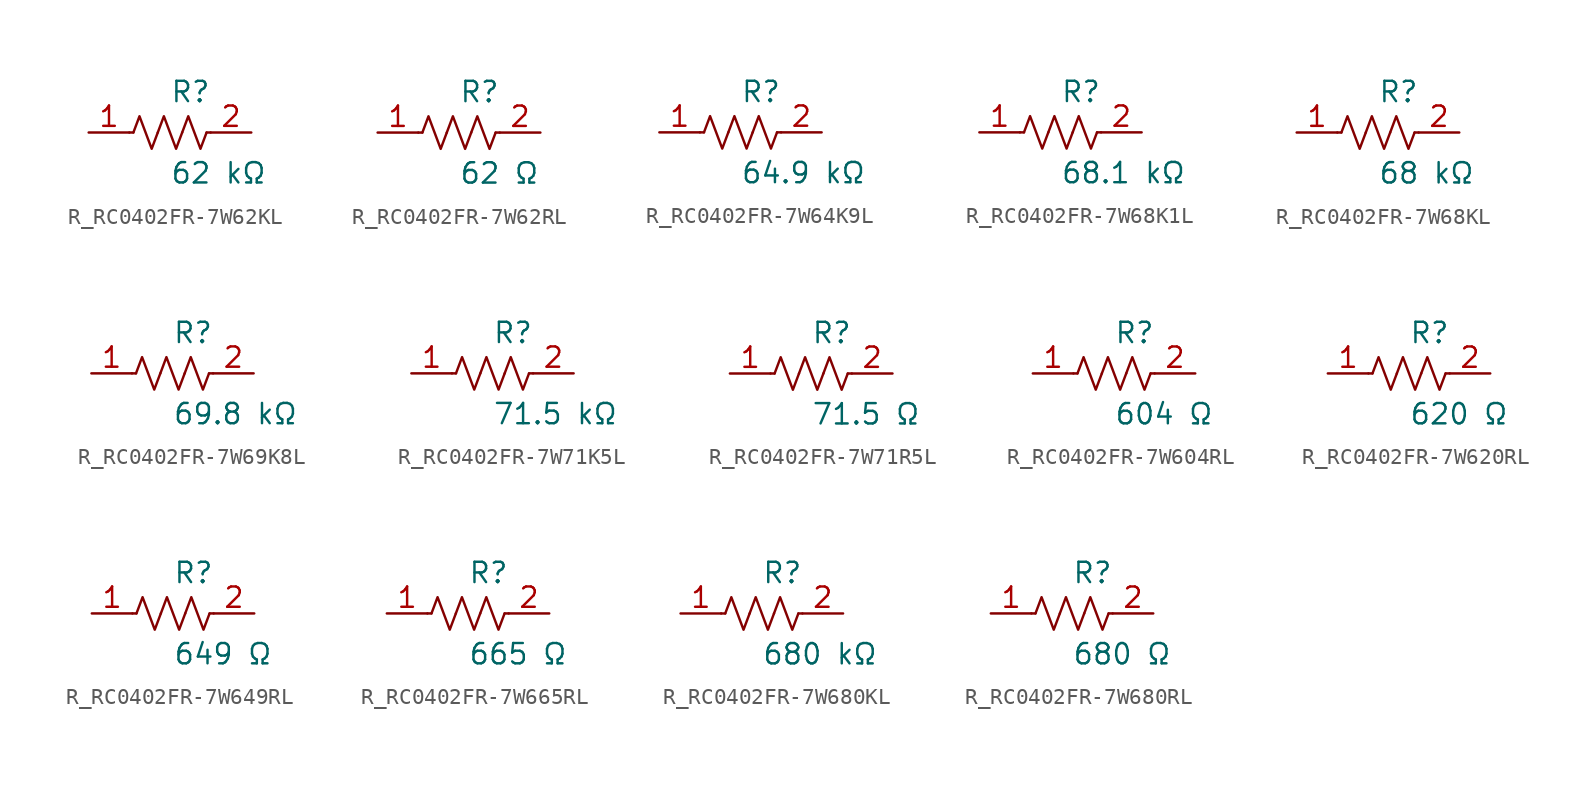
<source format=kicad_sym>
(kicad_symbol_lib
  (version 20231120)
  (generator kicad_symbol_editor)
  (generator_version 8.0)
  (symbol "R_RC0402FR-7W62KL"
    (pin_names
      (offset 0.254))
    (property "Reference" "R"
      (at 0 2.54 0)
      (effects (font (size 1.27 1.27)) (justify left)))
    (property "Value" "62 kΩ"
      (at 0 -2.54 0)
      (effects (font (size 1.27 1.27)) (justify left)))
    (symbol "R_RC0402FR-7W62KL_0_1"
      (polyline (pts (xy 2.286 0) (xy 2.54 0)) (stroke (width 0) (type default)) (fill (type none)))
      (polyline (pts (xy -2.286 0) (xy -2.54 0)) (stroke (width 0) (type default)) (fill (type none)))
      (polyline (pts (xy 0.762 0) (xy 1.143 1.016) (xy 1.524 0) (xy 1.905 -1.016) (xy 2.286 0)) (stroke (width 0) (type default)) (fill (type none)))
      (polyline (pts (xy -0.762 0) (xy -0.381 1.016) (xy 0 0) (xy 0.381 -1.016) (xy 0.762 0)) (stroke (width 0) (type default)) (fill (type none)))
      (polyline (pts (xy -2.286 0) (xy -1.905 1.016) (xy -1.524 0) (xy -1.143 -1.016) (xy -0.762 0)) (stroke (width 0) (type default)) (fill (type none))))
    (pin passive line
      (at -5.08 0 0)
      (length 2.54)
      (name "" (effects (font (size 1.27 1.27))))
      (number "1" (effects (font (size 1.27 1.27)))))
    (pin passive line
      (at 5.08 0 180)
      (length 2.54)
      (name "" (effects (font (size 1.27 1.27))))
      (number "2" (effects (font (size 1.27 1.27))))))
  (symbol "R_RC0402FR-7W62RL"
    (pin_names
      (offset 0.254))
    (property "Reference" "R"
      (at 0 2.54 0)
      (effects (font (size 1.27 1.27)) (justify left)))
    (property "Value" "62 Ω"
      (at 0 -2.54 0)
      (effects (font (size 1.27 1.27)) (justify left)))
    (symbol "R_RC0402FR-7W62RL_0_1"
      (polyline (pts (xy 2.286 0) (xy 2.54 0)) (stroke (width 0) (type default)) (fill (type none)))
      (polyline (pts (xy -2.286 0) (xy -2.54 0)) (stroke (width 0) (type default)) (fill (type none)))
      (polyline (pts (xy 0.762 0) (xy 1.143 1.016) (xy 1.524 0) (xy 1.905 -1.016) (xy 2.286 0)) (stroke (width 0) (type default)) (fill (type none)))
      (polyline (pts (xy -0.762 0) (xy -0.381 1.016) (xy 0 0) (xy 0.381 -1.016) (xy 0.762 0)) (stroke (width 0) (type default)) (fill (type none)))
      (polyline (pts (xy -2.286 0) (xy -1.905 1.016) (xy -1.524 0) (xy -1.143 -1.016) (xy -0.762 0)) (stroke (width 0) (type default)) (fill (type none))))
    (pin passive line
      (at -5.08 0 0)
      (length 2.54)
      (name "" (effects (font (size 1.27 1.27))))
      (number "1" (effects (font (size 1.27 1.27)))))
    (pin passive line
      (at 5.08 0 180)
      (length 2.54)
      (name "" (effects (font (size 1.27 1.27))))
      (number "2" (effects (font (size 1.27 1.27))))))
  (symbol "R_RC0402FR-7W64K9L"
    (pin_names
      (offset 0.254))
    (property "Reference" "R"
      (at 0 2.54 0)
      (effects (font (size 1.27 1.27)) (justify left)))
    (property "Value" "64.9 kΩ"
      (at 0 -2.54 0)
      (effects (font (size 1.27 1.27)) (justify left)))
    (symbol "R_RC0402FR-7W64K9L_0_1"
      (polyline (pts (xy 2.286 0) (xy 2.54 0)) (stroke (width 0) (type default)) (fill (type none)))
      (polyline (pts (xy -2.286 0) (xy -2.54 0)) (stroke (width 0) (type default)) (fill (type none)))
      (polyline (pts (xy 0.762 0) (xy 1.143 1.016) (xy 1.524 0) (xy 1.905 -1.016) (xy 2.286 0)) (stroke (width 0) (type default)) (fill (type none)))
      (polyline (pts (xy -0.762 0) (xy -0.381 1.016) (xy 0 0) (xy 0.381 -1.016) (xy 0.762 0)) (stroke (width 0) (type default)) (fill (type none)))
      (polyline (pts (xy -2.286 0) (xy -1.905 1.016) (xy -1.524 0) (xy -1.143 -1.016) (xy -0.762 0)) (stroke (width 0) (type default)) (fill (type none))))
    (pin passive line
      (at -5.08 0 0)
      (length 2.54)
      (name "" (effects (font (size 1.27 1.27))))
      (number "1" (effects (font (size 1.27 1.27)))))
    (pin passive line
      (at 5.08 0 180)
      (length 2.54)
      (name "" (effects (font (size 1.27 1.27))))
      (number "2" (effects (font (size 1.27 1.27))))))
  (symbol "R_RC0402FR-7W68K1L"
    (pin_names
      (offset 0.254))
    (property "Reference" "R"
      (at 0 2.54 0)
      (effects (font (size 1.27 1.27)) (justify left)))
    (property "Value" "68.1 kΩ"
      (at 0 -2.54 0)
      (effects (font (size 1.27 1.27)) (justify left)))
    (symbol "R_RC0402FR-7W68K1L_0_1"
      (polyline (pts (xy 2.286 0) (xy 2.54 0)) (stroke (width 0) (type default)) (fill (type none)))
      (polyline (pts (xy -2.286 0) (xy -2.54 0)) (stroke (width 0) (type default)) (fill (type none)))
      (polyline (pts (xy 0.762 0) (xy 1.143 1.016) (xy 1.524 0) (xy 1.905 -1.016) (xy 2.286 0)) (stroke (width 0) (type default)) (fill (type none)))
      (polyline (pts (xy -0.762 0) (xy -0.381 1.016) (xy 0 0) (xy 0.381 -1.016) (xy 0.762 0)) (stroke (width 0) (type default)) (fill (type none)))
      (polyline (pts (xy -2.286 0) (xy -1.905 1.016) (xy -1.524 0) (xy -1.143 -1.016) (xy -0.762 0)) (stroke (width 0) (type default)) (fill (type none))))
    (pin passive line
      (at -5.08 0 0)
      (length 2.54)
      (name "" (effects (font (size 1.27 1.27))))
      (number "1" (effects (font (size 1.27 1.27)))))
    (pin passive line
      (at 5.08 0 180)
      (length 2.54)
      (name "" (effects (font (size 1.27 1.27))))
      (number "2" (effects (font (size 1.27 1.27))))))
  (symbol "R_RC0402FR-7W68KL"
    (pin_names
      (offset 0.254))
    (property "Reference" "R"
      (at 0 2.54 0)
      (effects (font (size 1.27 1.27)) (justify left)))
    (property "Value" "68 kΩ"
      (at 0 -2.54 0)
      (effects (font (size 1.27 1.27)) (justify left)))
    (symbol "R_RC0402FR-7W68KL_0_1"
      (polyline (pts (xy 2.286 0) (xy 2.54 0)) (stroke (width 0) (type default)) (fill (type none)))
      (polyline (pts (xy -2.286 0) (xy -2.54 0)) (stroke (width 0) (type default)) (fill (type none)))
      (polyline (pts (xy 0.762 0) (xy 1.143 1.016) (xy 1.524 0) (xy 1.905 -1.016) (xy 2.286 0)) (stroke (width 0) (type default)) (fill (type none)))
      (polyline (pts (xy -0.762 0) (xy -0.381 1.016) (xy 0 0) (xy 0.381 -1.016) (xy 0.762 0)) (stroke (width 0) (type default)) (fill (type none)))
      (polyline (pts (xy -2.286 0) (xy -1.905 1.016) (xy -1.524 0) (xy -1.143 -1.016) (xy -0.762 0)) (stroke (width 0) (type default)) (fill (type none))))
    (pin passive line
      (at -5.08 0 0)
      (length 2.54)
      (name "" (effects (font (size 1.27 1.27))))
      (number "1" (effects (font (size 1.27 1.27)))))
    (pin passive line
      (at 5.08 0 180)
      (length 2.54)
      (name "" (effects (font (size 1.27 1.27))))
      (number "2" (effects (font (size 1.27 1.27))))))
  (symbol "R_RC0402FR-7W69K8L"
    (pin_names
      (offset 0.254))
    (property "Reference" "R"
      (at 0 2.54 0)
      (effects (font (size 1.27 1.27)) (justify left)))
    (property "Value" "69.8 kΩ"
      (at 0 -2.54 0)
      (effects (font (size 1.27 1.27)) (justify left)))
    (symbol "R_RC0402FR-7W69K8L_0_1"
      (polyline (pts (xy 2.286 0) (xy 2.54 0)) (stroke (width 0) (type default)) (fill (type none)))
      (polyline (pts (xy -2.286 0) (xy -2.54 0)) (stroke (width 0) (type default)) (fill (type none)))
      (polyline (pts (xy 0.762 0) (xy 1.143 1.016) (xy 1.524 0) (xy 1.905 -1.016) (xy 2.286 0)) (stroke (width 0) (type default)) (fill (type none)))
      (polyline (pts (xy -0.762 0) (xy -0.381 1.016) (xy 0 0) (xy 0.381 -1.016) (xy 0.762 0)) (stroke (width 0) (type default)) (fill (type none)))
      (polyline (pts (xy -2.286 0) (xy -1.905 1.016) (xy -1.524 0) (xy -1.143 -1.016) (xy -0.762 0)) (stroke (width 0) (type default)) (fill (type none))))
    (pin passive line
      (at -5.08 0 0)
      (length 2.54)
      (name "" (effects (font (size 1.27 1.27))))
      (number "1" (effects (font (size 1.27 1.27)))))
    (pin passive line
      (at 5.08 0 180)
      (length 2.54)
      (name "" (effects (font (size 1.27 1.27))))
      (number "2" (effects (font (size 1.27 1.27))))))
  (symbol "R_RC0402FR-7W71K5L"
    (pin_names
      (offset 0.254))
    (property "Reference" "R"
      (at 0 2.54 0)
      (effects (font (size 1.27 1.27)) (justify left)))
    (property "Value" "71.5 kΩ"
      (at 0 -2.54 0)
      (effects (font (size 1.27 1.27)) (justify left)))
    (symbol "R_RC0402FR-7W71K5L_0_1"
      (polyline (pts (xy 2.286 0) (xy 2.54 0)) (stroke (width 0) (type default)) (fill (type none)))
      (polyline (pts (xy -2.286 0) (xy -2.54 0)) (stroke (width 0) (type default)) (fill (type none)))
      (polyline (pts (xy 0.762 0) (xy 1.143 1.016) (xy 1.524 0) (xy 1.905 -1.016) (xy 2.286 0)) (stroke (width 0) (type default)) (fill (type none)))
      (polyline (pts (xy -0.762 0) (xy -0.381 1.016) (xy 0 0) (xy 0.381 -1.016) (xy 0.762 0)) (stroke (width 0) (type default)) (fill (type none)))
      (polyline (pts (xy -2.286 0) (xy -1.905 1.016) (xy -1.524 0) (xy -1.143 -1.016) (xy -0.762 0)) (stroke (width 0) (type default)) (fill (type none))))
    (pin passive line
      (at -5.08 0 0)
      (length 2.54)
      (name "" (effects (font (size 1.27 1.27))))
      (number "1" (effects (font (size 1.27 1.27)))))
    (pin passive line
      (at 5.08 0 180)
      (length 2.54)
      (name "" (effects (font (size 1.27 1.27))))
      (number "2" (effects (font (size 1.27 1.27))))))
  (symbol "R_RC0402FR-7W71R5L"
    (pin_names
      (offset 0.254))
    (property "Reference" "R"
      (at 0 2.54 0)
      (effects (font (size 1.27 1.27)) (justify left)))
    (property "Value" "71.5 Ω"
      (at 0 -2.54 0)
      (effects (font (size 1.27 1.27)) (justify left)))
    (symbol "R_RC0402FR-7W71R5L_0_1"
      (polyline (pts (xy 2.286 0) (xy 2.54 0)) (stroke (width 0) (type default)) (fill (type none)))
      (polyline (pts (xy -2.286 0) (xy -2.54 0)) (stroke (width 0) (type default)) (fill (type none)))
      (polyline (pts (xy 0.762 0) (xy 1.143 1.016) (xy 1.524 0) (xy 1.905 -1.016) (xy 2.286 0)) (stroke (width 0) (type default)) (fill (type none)))
      (polyline (pts (xy -0.762 0) (xy -0.381 1.016) (xy 0 0) (xy 0.381 -1.016) (xy 0.762 0)) (stroke (width 0) (type default)) (fill (type none)))
      (polyline (pts (xy -2.286 0) (xy -1.905 1.016) (xy -1.524 0) (xy -1.143 -1.016) (xy -0.762 0)) (stroke (width 0) (type default)) (fill (type none))))
    (pin passive line
      (at -5.08 0 0)
      (length 2.54)
      (name "" (effects (font (size 1.27 1.27))))
      (number "1" (effects (font (size 1.27 1.27)))))
    (pin passive line
      (at 5.08 0 180)
      (length 2.54)
      (name "" (effects (font (size 1.27 1.27))))
      (number "2" (effects (font (size 1.27 1.27))))))
  (symbol "R_RC0402FR-7W604RL"
    (pin_names
      (offset 0.254))
    (property "Reference" "R"
      (at 0 2.54 0)
      (effects (font (size 1.27 1.27)) (justify left)))
    (property "Value" "604 Ω"
      (at 0 -2.54 0)
      (effects (font (size 1.27 1.27)) (justify left)))
    (symbol "R_RC0402FR-7W604RL_0_1"
      (polyline (pts (xy 2.286 0) (xy 2.54 0)) (stroke (width 0) (type default)) (fill (type none)))
      (polyline (pts (xy -2.286 0) (xy -2.54 0)) (stroke (width 0) (type default)) (fill (type none)))
      (polyline (pts (xy 0.762 0) (xy 1.143 1.016) (xy 1.524 0) (xy 1.905 -1.016) (xy 2.286 0)) (stroke (width 0) (type default)) (fill (type none)))
      (polyline (pts (xy -0.762 0) (xy -0.381 1.016) (xy 0 0) (xy 0.381 -1.016) (xy 0.762 0)) (stroke (width 0) (type default)) (fill (type none)))
      (polyline (pts (xy -2.286 0) (xy -1.905 1.016) (xy -1.524 0) (xy -1.143 -1.016) (xy -0.762 0)) (stroke (width 0) (type default)) (fill (type none))))
    (pin passive line
      (at -5.08 0 0)
      (length 2.54)
      (name "" (effects (font (size 1.27 1.27))))
      (number "1" (effects (font (size 1.27 1.27)))))
    (pin passive line
      (at 5.08 0 180)
      (length 2.54)
      (name "" (effects (font (size 1.27 1.27))))
      (number "2" (effects (font (size 1.27 1.27))))))
  (symbol "R_RC0402FR-7W620RL"
    (pin_names
      (offset 0.254))
    (property "Reference" "R"
      (at 0 2.54 0)
      (effects (font (size 1.27 1.27)) (justify left)))
    (property "Value" "620 Ω"
      (at 0 -2.54 0)
      (effects (font (size 1.27 1.27)) (justify left)))
    (symbol "R_RC0402FR-7W620RL_0_1"
      (polyline (pts (xy 2.286 0) (xy 2.54 0)) (stroke (width 0) (type default)) (fill (type none)))
      (polyline (pts (xy -2.286 0) (xy -2.54 0)) (stroke (width 0) (type default)) (fill (type none)))
      (polyline (pts (xy 0.762 0) (xy 1.143 1.016) (xy 1.524 0) (xy 1.905 -1.016) (xy 2.286 0)) (stroke (width 0) (type default)) (fill (type none)))
      (polyline (pts (xy -0.762 0) (xy -0.381 1.016) (xy 0 0) (xy 0.381 -1.016) (xy 0.762 0)) (stroke (width 0) (type default)) (fill (type none)))
      (polyline (pts (xy -2.286 0) (xy -1.905 1.016) (xy -1.524 0) (xy -1.143 -1.016) (xy -0.762 0)) (stroke (width 0) (type default)) (fill (type none))))
    (pin passive line
      (at -5.08 0 0)
      (length 2.54)
      (name "" (effects (font (size 1.27 1.27))))
      (number "1" (effects (font (size 1.27 1.27)))))
    (pin passive line
      (at 5.08 0 180)
      (length 2.54)
      (name "" (effects (font (size 1.27 1.27))))
      (number "2" (effects (font (size 1.27 1.27))))))
  (symbol "R_RC0402FR-7W649RL"
    (pin_names
      (offset 0.254))
    (property "Reference" "R"
      (at 0 2.54 0)
      (effects (font (size 1.27 1.27)) (justify left)))
    (property "Value" "649 Ω"
      (at 0 -2.54 0)
      (effects (font (size 1.27 1.27)) (justify left)))
    (symbol "R_RC0402FR-7W649RL_0_1"
      (polyline (pts (xy 2.286 0) (xy 2.54 0)) (stroke (width 0) (type default)) (fill (type none)))
      (polyline (pts (xy -2.286 0) (xy -2.54 0)) (stroke (width 0) (type default)) (fill (type none)))
      (polyline (pts (xy 0.762 0) (xy 1.143 1.016) (xy 1.524 0) (xy 1.905 -1.016) (xy 2.286 0)) (stroke (width 0) (type default)) (fill (type none)))
      (polyline (pts (xy -0.762 0) (xy -0.381 1.016) (xy 0 0) (xy 0.381 -1.016) (xy 0.762 0)) (stroke (width 0) (type default)) (fill (type none)))
      (polyline (pts (xy -2.286 0) (xy -1.905 1.016) (xy -1.524 0) (xy -1.143 -1.016) (xy -0.762 0)) (stroke (width 0) (type default)) (fill (type none))))
    (pin passive line
      (at -5.08 0 0)
      (length 2.54)
      (name "" (effects (font (size 1.27 1.27))))
      (number "1" (effects (font (size 1.27 1.27)))))
    (pin passive line
      (at 5.08 0 180)
      (length 2.54)
      (name "" (effects (font (size 1.27 1.27))))
      (number "2" (effects (font (size 1.27 1.27))))))
  (symbol "R_RC0402FR-7W665RL"
    (pin_names
      (offset 0.254))
    (property "Reference" "R"
      (at 0 2.54 0)
      (effects (font (size 1.27 1.27)) (justify left)))
    (property "Value" "665 Ω"
      (at 0 -2.54 0)
      (effects (font (size 1.27 1.27)) (justify left)))
    (symbol "R_RC0402FR-7W665RL_0_1"
      (polyline (pts (xy 2.286 0) (xy 2.54 0)) (stroke (width 0) (type default)) (fill (type none)))
      (polyline (pts (xy -2.286 0) (xy -2.54 0)) (stroke (width 0) (type default)) (fill (type none)))
      (polyline (pts (xy 0.762 0) (xy 1.143 1.016) (xy 1.524 0) (xy 1.905 -1.016) (xy 2.286 0)) (stroke (width 0) (type default)) (fill (type none)))
      (polyline (pts (xy -0.762 0) (xy -0.381 1.016) (xy 0 0) (xy 0.381 -1.016) (xy 0.762 0)) (stroke (width 0) (type default)) (fill (type none)))
      (polyline (pts (xy -2.286 0) (xy -1.905 1.016) (xy -1.524 0) (xy -1.143 -1.016) (xy -0.762 0)) (stroke (width 0) (type default)) (fill (type none))))
    (pin passive line
      (at -5.08 0 0)
      (length 2.54)
      (name "" (effects (font (size 1.27 1.27))))
      (number "1" (effects (font (size 1.27 1.27)))))
    (pin passive line
      (at 5.08 0 180)
      (length 2.54)
      (name "" (effects (font (size 1.27 1.27))))
      (number "2" (effects (font (size 1.27 1.27))))))
  (symbol "R_RC0402FR-7W680KL"
    (pin_names
      (offset 0.254))
    (property "Reference" "R"
      (at 0 2.54 0)
      (effects (font (size 1.27 1.27)) (justify left)))
    (property "Value" "680 kΩ"
      (at 0 -2.54 0)
      (effects (font (size 1.27 1.27)) (justify left)))
    (symbol "R_RC0402FR-7W680KL_0_1"
      (polyline (pts (xy 2.286 0) (xy 2.54 0)) (stroke (width 0) (type default)) (fill (type none)))
      (polyline (pts (xy -2.286 0) (xy -2.54 0)) (stroke (width 0) (type default)) (fill (type none)))
      (polyline (pts (xy 0.762 0) (xy 1.143 1.016) (xy 1.524 0) (xy 1.905 -1.016) (xy 2.286 0)) (stroke (width 0) (type default)) (fill (type none)))
      (polyline (pts (xy -0.762 0) (xy -0.381 1.016) (xy 0 0) (xy 0.381 -1.016) (xy 0.762 0)) (stroke (width 0) (type default)) (fill (type none)))
      (polyline (pts (xy -2.286 0) (xy -1.905 1.016) (xy -1.524 0) (xy -1.143 -1.016) (xy -0.762 0)) (stroke (width 0) (type default)) (fill (type none))))
    (pin passive line
      (at -5.08 0 0)
      (length 2.54)
      (name "" (effects (font (size 1.27 1.27))))
      (number "1" (effects (font (size 1.27 1.27)))))
    (pin passive line
      (at 5.08 0 180)
      (length 2.54)
      (name "" (effects (font (size 1.27 1.27))))
      (number "2" (effects (font (size 1.27 1.27))))))
  (symbol "R_RC0402FR-7W680RL"
    (pin_names
      (offset 0.254))
    (property "Reference" "R"
      (at 0 2.54 0)
      (effects (font (size 1.27 1.27)) (justify left)))
    (property "Value" "680 Ω"
      (at 0 -2.54 0)
      (effects (font (size 1.27 1.27)) (justify left)))
    (symbol "R_RC0402FR-7W680RL_0_1"
      (polyline (pts (xy 2.286 0) (xy 2.54 0)) (stroke (width 0) (type default)) (fill (type none)))
      (polyline (pts (xy -2.286 0) (xy -2.54 0)) (stroke (width 0) (type default)) (fill (type none)))
      (polyline (pts (xy 0.762 0) (xy 1.143 1.016) (xy 1.524 0) (xy 1.905 -1.016) (xy 2.286 0)) (stroke (width 0) (type default)) (fill (type none)))
      (polyline (pts (xy -0.762 0) (xy -0.381 1.016) (xy 0 0) (xy 0.381 -1.016) (xy 0.762 0)) (stroke (width 0) (type default)) (fill (type none)))
      (polyline (pts (xy -2.286 0) (xy -1.905 1.016) (xy -1.524 0) (xy -1.143 -1.016) (xy -0.762 0)) (stroke (width 0) (type default)) (fill (type none))))
    (pin passive line
      (at -5.08 0 0)
      (length 2.54)
      (name "" (effects (font (size 1.27 1.27))))
      (number "1" (effects (font (size 1.27 1.27)))))
    (pin passive line
      (at 5.08 0 180)
      (length 2.54)
      (name "" (effects (font (size 1.27 1.27))))
      (number "2" (effects (font (size 1.27 1.27)))))))
</source>
